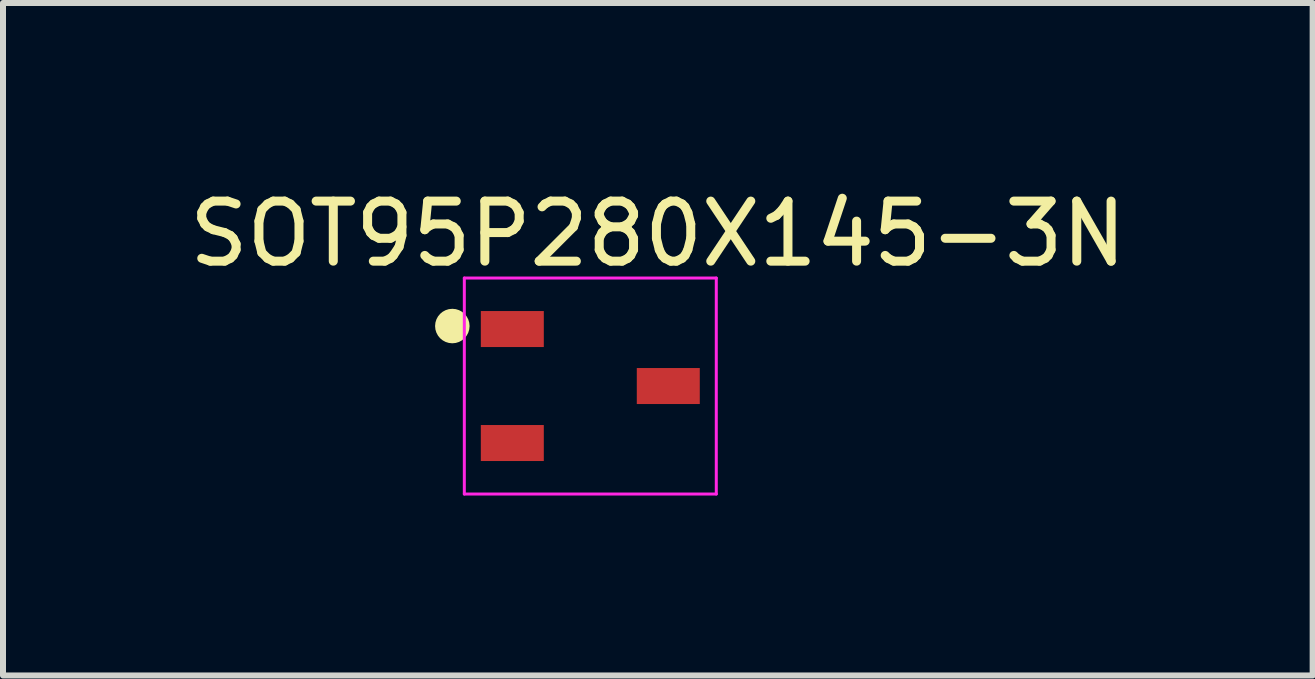
<source format=kicad_pcb>
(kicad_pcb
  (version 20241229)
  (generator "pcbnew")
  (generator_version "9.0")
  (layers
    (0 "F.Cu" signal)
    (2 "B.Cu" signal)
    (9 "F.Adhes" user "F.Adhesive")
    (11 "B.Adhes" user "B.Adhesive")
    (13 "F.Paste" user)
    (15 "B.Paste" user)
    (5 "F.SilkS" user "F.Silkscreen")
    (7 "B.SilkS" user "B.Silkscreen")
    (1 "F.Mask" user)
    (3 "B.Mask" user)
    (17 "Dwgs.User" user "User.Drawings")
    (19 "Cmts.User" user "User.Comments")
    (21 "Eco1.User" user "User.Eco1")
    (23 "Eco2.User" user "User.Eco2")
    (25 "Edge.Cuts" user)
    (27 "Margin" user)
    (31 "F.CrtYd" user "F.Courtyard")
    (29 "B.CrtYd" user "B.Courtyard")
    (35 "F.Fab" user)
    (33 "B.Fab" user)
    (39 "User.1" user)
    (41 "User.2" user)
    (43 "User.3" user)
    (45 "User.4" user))
  (footprint "SOT95P280X145-3N"
    (layer "F.Cu")
    (at 6.79 3.385)
    (property "Reference" "SOT95P280X145-3N" (at 1.126 -2.537 0) (layer "F.SilkS") (effects (font (size 1.001 1.001) (thickness 0.15))))
    (attr smd)
    (fp_circle (center -2.4 -1) (end -2.3 -1) (stroke (width 0.127) (type solid)) (fill no) (layer "F.SilkS"))
    (fp_circle (center -2.3 -1) (end -2.2 -1) (stroke (width 0.127) (type solid)) (fill no) (layer "F.SilkS"))
    (fp_circle (center -2.3 -1) (end -2.159 -1) (stroke (width 0.127) (type solid)) (fill no) (layer "F.SilkS"))
    (fp_circle (center -2.3 -1) (end -2.076 -1) (stroke (width 0.127) (type solid)) (fill no) (layer "F.SilkS"))
    (fp_line (start -2.1 -1.8) (end 2.1 -1.8) (stroke (width 0.05) (type solid)) (layer "F.CrtYd"))
    (fp_line (start -2.1 1.8) (end -2.1 -1.8) (stroke (width 0.05) (type solid)) (layer "F.CrtYd"))
    (fp_line (start 2.1 -1.8) (end 2.1 1.8) (stroke (width 0.05) (type solid)) (layer "F.CrtYd"))
    (fp_line (start 2.1 1.8) (end -2.1 1.8) (stroke (width 0.05) (type solid)) (layer "F.CrtYd"))
    (pad "1" smd rect (at -1.3 -0.95) (size 1.05 0.6) (layers "F.Cu" "F.Mask" "F.Paste"))
    (pad "2" smd rect (at -1.3 0.95) (size 1.05 0.6) (layers "F.Cu" "F.Mask" "F.Paste"))
    (pad "3" smd rect (at 1.3 0 180) (size 1.05 0.6) (layers "F.Cu" "F.Mask" "F.Paste")))
  (gr_rect
    (start -3 -3)
    (end 18.831 8.21)
    (stroke (width 0.1) (type default))
    (fill no)
    (layer "Edge.Cuts")))
</source>
